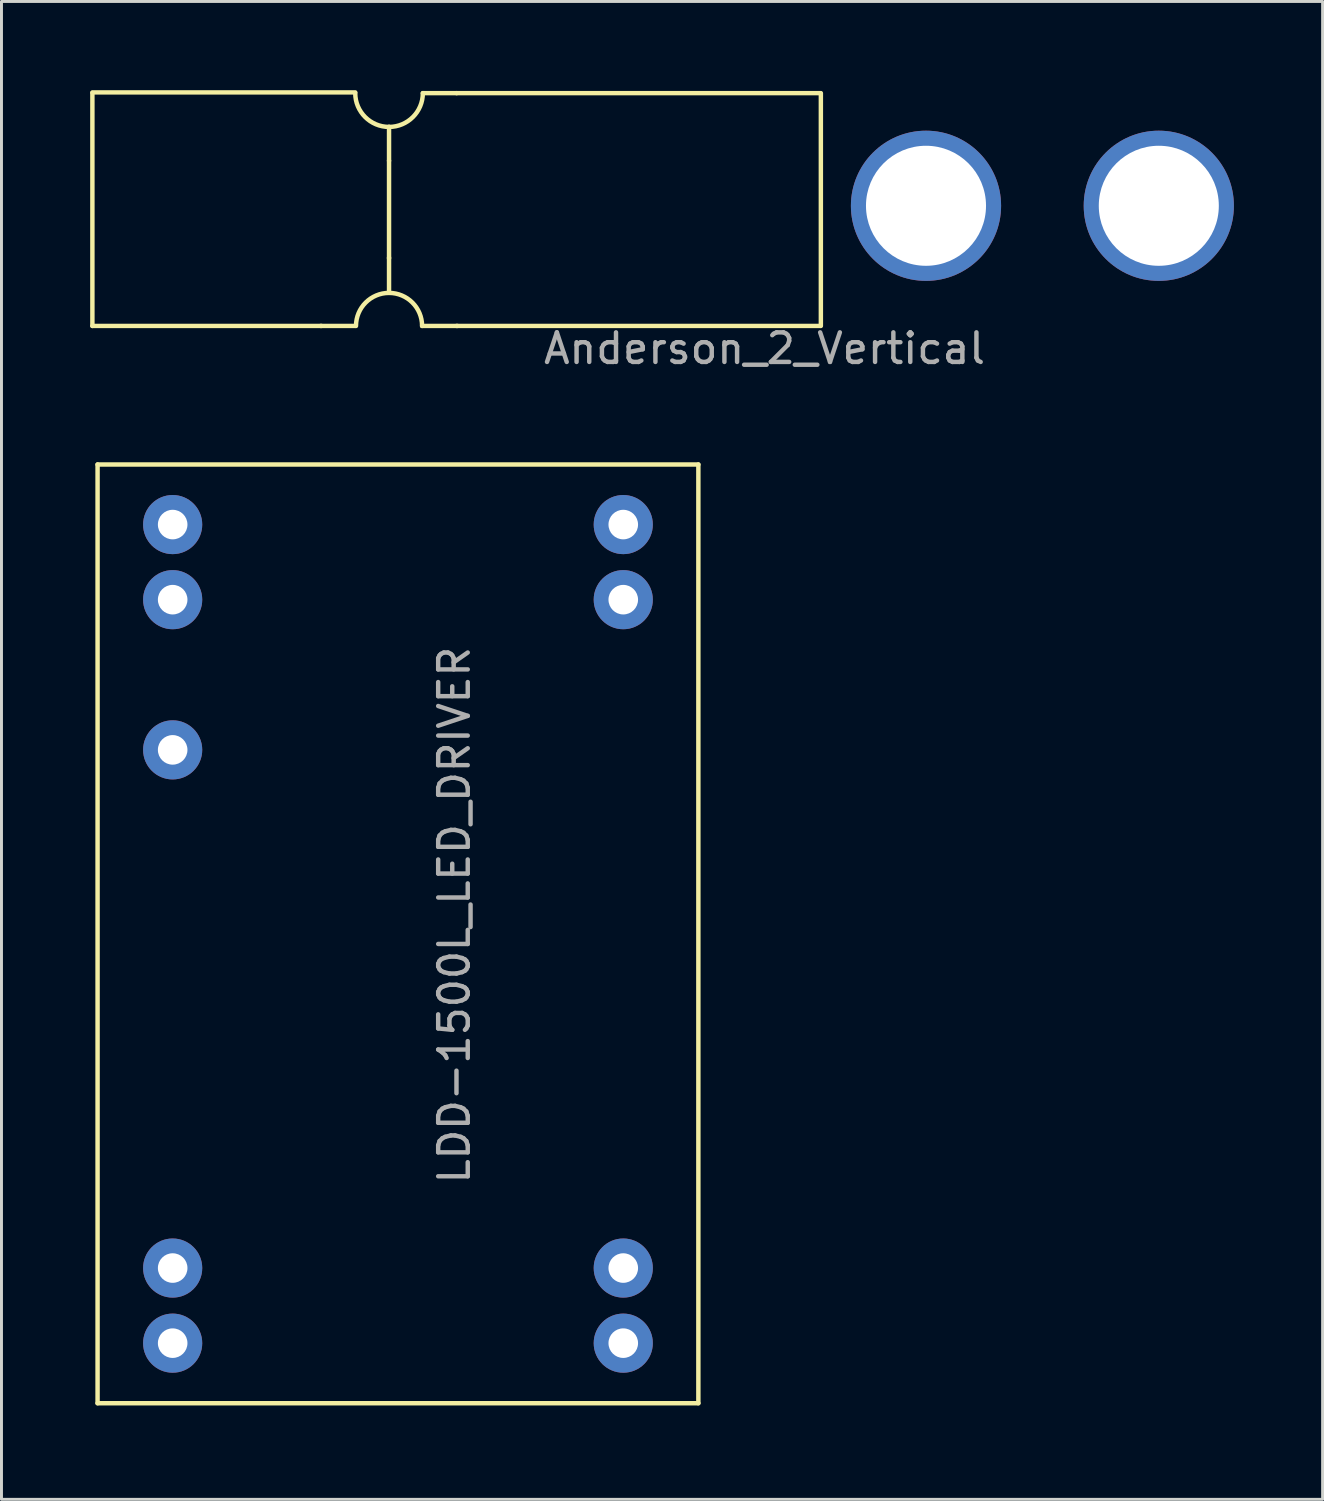
<source format=kicad_pcb>
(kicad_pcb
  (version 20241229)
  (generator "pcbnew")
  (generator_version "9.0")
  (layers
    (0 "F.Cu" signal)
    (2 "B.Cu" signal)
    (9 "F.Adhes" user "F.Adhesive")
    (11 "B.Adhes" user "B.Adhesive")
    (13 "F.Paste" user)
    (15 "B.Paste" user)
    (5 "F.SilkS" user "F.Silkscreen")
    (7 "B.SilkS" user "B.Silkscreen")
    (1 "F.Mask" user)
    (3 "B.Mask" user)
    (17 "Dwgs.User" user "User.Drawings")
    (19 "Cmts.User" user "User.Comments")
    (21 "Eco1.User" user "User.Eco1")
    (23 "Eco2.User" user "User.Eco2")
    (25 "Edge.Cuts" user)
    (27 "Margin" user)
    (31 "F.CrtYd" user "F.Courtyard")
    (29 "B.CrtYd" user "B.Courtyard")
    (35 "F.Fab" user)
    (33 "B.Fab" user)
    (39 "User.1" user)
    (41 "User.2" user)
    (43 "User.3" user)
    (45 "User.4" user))
  (footprint "LDD-1500L_LED_DRIVER"
    (layer "F.Cu")
    (at 0.25 44.41)
    (property "Reference" "LDD-1500L_LED_DRIVER" (at 12.065 -16.51 90) (layer "F.Fab") (effects (font (size 1 1) (thickness 0.15))))
    (attr through_hole)
    (fp_line (start 0 -31.75) (end 20.32 -31.75) (stroke (width 0.15) (type solid)) (layer "F.SilkS"))
    (fp_line (start 0 0) (end 0 -31.75) (stroke (width 0.15) (type solid)) (layer "F.SilkS"))
    (fp_line (start 0 0) (end 20.32 0) (stroke (width 0.15) (type solid)) (layer "F.SilkS"))
    (fp_line (start 20.32 0) (end 20.32 -31.75) (stroke (width 0.15) (type solid)) (layer "F.SilkS"))
    (pad "1" thru_hole circle (at 2.54 -29.718) (size 2 2) (drill 1) (layers "*.Cu" "*.Mask"))
    (pad "2" thru_hole circle (at 2.54 -27.178) (size 2 2) (drill 1) (layers "*.Cu" "*.Mask"))
    (pad "3" thru_hole circle (at 2.54 -22.098) (size 2 2) (drill 1) (layers "*.Cu" "*.Mask"))
    (pad "4" thru_hole circle (at 2.54 -4.572) (size 2 2) (drill 1) (layers "*.Cu" "*.Mask"))
    (pad "5" thru_hole circle (at 2.54 -2.032) (size 2 2) (drill 1) (layers "*.Cu" "*.Mask"))
    (pad "6" thru_hole circle (at 17.78 -2.032) (size 2 2) (drill 1) (layers "*.Cu" "*.Mask"))
    (pad "7" thru_hole circle (at 17.78 -4.572) (size 2 2) (drill 1) (layers "*.Cu" "*.Mask"))
    (pad "8" thru_hole circle (at 17.78 -27.178) (size 2 2) (drill 1) (layers "*.Cu" "*.Mask"))
    (pad "9" thru_hole circle (at 17.78 -29.718) (size 2 2) (drill 1) (layers "*.Cu" "*.Mask")))
  (footprint "Anderson_2_Vertical"
    (layer "F.Cu")
    (at 28.269 3.91)
    (property "Reference" "Anderson_2_Vertical" (at -5.461 4.826 0) (layer "F.Fab") (effects (font (size 1 1) (thickness 0.15))))
    (attr through_hole)
    (fp_line (start -28.194 -3.835) (end -19.304 -3.835) (stroke (width 0.15) (type solid)) (layer "F.SilkS"))
    (fp_line (start -28.194 -3.81) (end -28.194 4.064) (stroke (width 0.15) (type solid)) (layer "F.SilkS"))
    (fp_line (start -20.472 4.064) (end -19.304 4.064) (stroke (width 0.15) (type solid)) (layer "F.SilkS"))
    (fp_line (start -20.447 4.064) (end -28.194 4.064) (stroke (width 0.15) (type solid)) (layer "F.SilkS"))
    (fp_line (start -18.161 -1.524) (end -18.161 -2.667) (stroke (width 0.15) (type solid)) (layer "F.SilkS"))
    (fp_line (start -18.161 -1.524) (end -18.161 1.778) (stroke (width 0.15) (type solid)) (layer "F.SilkS"))
    (fp_line (start -18.161 1.753) (end -18.161 2.921) (stroke (width 0.15) (type solid)) (layer "F.SilkS"))
    (fp_line (start -15.875 -3.81) (end -17.018 -3.81) (stroke (width 0.15) (type solid)) (layer "F.SilkS"))
    (fp_line (start -15.875 -3.81) (end -3.581 -3.81) (stroke (width 0.15) (type solid)) (layer "F.SilkS"))
    (fp_line (start -15.875 4.064) (end -3.581 4.064) (stroke (width 0.15) (type solid)) (layer "F.SilkS"))
    (fp_line (start -15.85 4.064) (end -17.043 4.064) (stroke (width 0.15) (type solid)) (layer "F.SilkS"))
    (fp_line (start -3.556 4.064) (end -3.556 -3.81) (stroke (width 0.15) (type solid)) (layer "F.SilkS"))
    (fp_arc (start -19.2786 4.064) (mid -18.951263 3.273737) (end -18.161 2.9464) (stroke (width 0.15) (type solid)) (layer "F.SilkS"))
    (fp_arc (start -18.161 -2.667) (mid -18.969223 -3.001777) (end -19.304 -3.81) (stroke (width 0.15) (type solid)) (layer "F.SilkS"))
    (fp_arc (start -18.161 2.9464) (mid -17.370737 3.273737) (end -17.0434 4.064) (stroke (width 0.15) (type solid)) (layer "F.SilkS"))
    (fp_arc (start -17.018 -3.81) (mid -17.352777 -3.001777) (end -18.161 -2.667) (stroke (width 0.15) (type solid)) (layer "F.SilkS"))
    (pad "1" thru_hole circle (at 0 0) (size 5.08 5.08) (drill 4.06) (layers "*.Cu" "*.Mask" "F.Paste"))
    (pad "4" thru_hole circle (at 7.874 0) (size 5.08 5.08) (drill 4.06) (layers "*.Cu" "*.Mask" "F.Paste")))
  (gr_rect
    (start -3 -3)
    (end 41.683 47.66)
    (stroke (width 0.1) (type default))
    (fill no)
    (layer "Edge.Cuts")))
</source>
